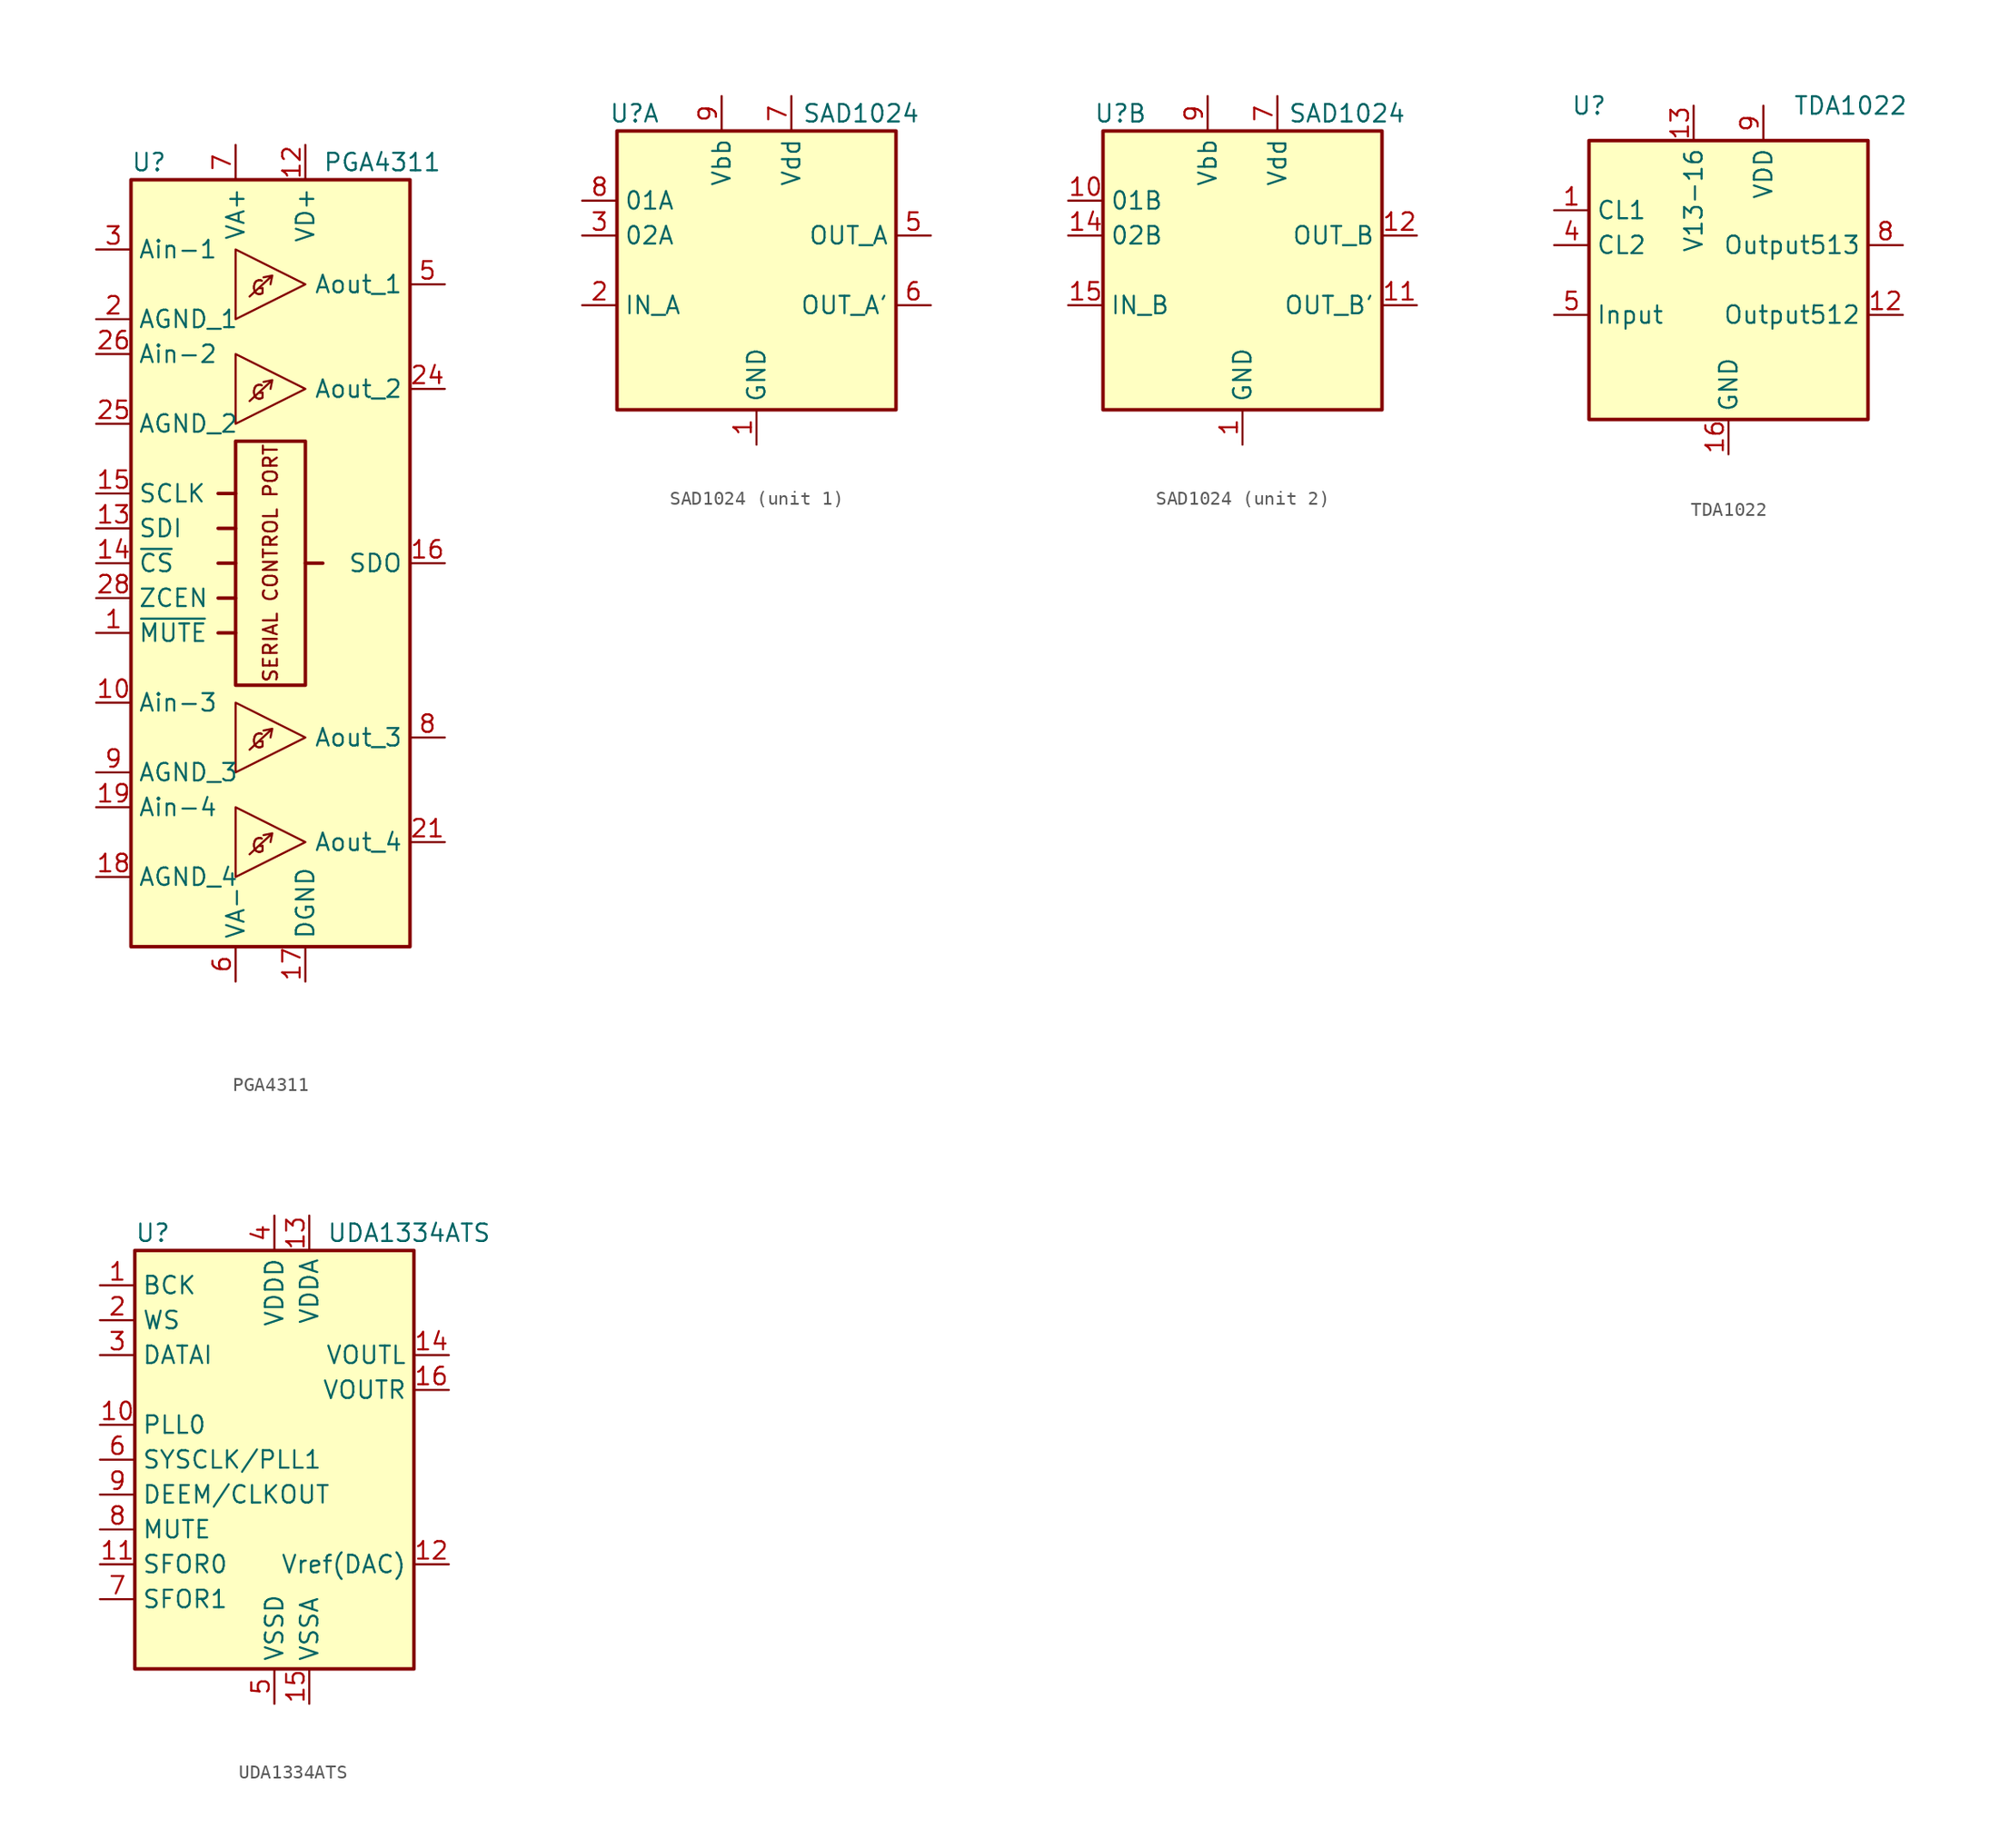
<source format=kicad_sym>
(kicad_symbol_lib
  (version 20201005)
  (generator kicad_symbol_editor)
  (symbol "PGA4311"
    (property "Reference" "U"
      (at -10.16 29.21 0)
      (effects (font (size 1.27 1.27)) (justify left)))
    (property "Value" "PGA4311"
      (at 3.81 29.21 0)
      (effects (font (size 1.27 1.27)) (justify left)))
    (symbol "PGA4311_0_0"
      (text "G" (at -0.889 -20.574 0) (effects (font (size 1.016 1.016))))
      (text "G" (at -0.889 -12.954 0) (effects (font (size 1.016 1.016))))
      (text "G" (at -0.889 12.446 0) (effects (font (size 1.016 1.016))))
      (text "G" (at -0.889 20.066 0) (effects (font (size 1.016 1.016))))
      (text "SERIAL CONTROL PORT" (at 0 0 900) (effects (font (size 1.016 1.016))))
      (rectangle (start -2.54 8.89) (end 2.54 -8.89) (stroke (width 0.254)) (fill (type none)))
      (polyline (pts (xy -3.81 -5.08) (xy -2.54 -5.08)) (stroke (width 0.254)) (fill (type none)))
      (polyline (pts (xy -3.81 0) (xy -2.54 0)) (stroke (width 0.254)) (fill (type none)))
      (polyline (pts (xy -3.81 2.54) (xy -2.54 2.54)) (stroke (width 0.254)) (fill (type none)))
      (polyline (pts (xy -3.81 5.08) (xy -2.54 5.08)) (stroke (width 0.254)) (fill (type none)))
      (polyline (pts (xy -2.54 -2.54) (xy -3.81 -2.54)) (stroke (width 0.254)) (fill (type none)))
      (polyline (pts (xy 0.127 -19.685) (xy 0 -20.32)) (stroke (width 0)) (fill (type none)))
      (polyline (pts (xy 0.127 -12.065) (xy 0 -12.7)) (stroke (width 0)) (fill (type none)))
      (polyline (pts (xy 0.127 13.335) (xy 0 12.7)) (stroke (width 0)) (fill (type none)))
      (polyline (pts (xy 0.127 20.955) (xy 0 20.32)) (stroke (width 0)) (fill (type none)))
      (polyline (pts (xy 2.54 0) (xy 3.81 0)) (stroke (width 0.254)) (fill (type none)))
      (polyline (pts (xy -1.524 -21.209) (xy 0.127 -19.685) (xy -0.508 -19.812)) (stroke (width 0)) (fill (type none)))
      (polyline (pts (xy -1.524 -13.589) (xy 0.127 -12.065) (xy -0.508 -12.192)) (stroke (width 0)) (fill (type none)))
      (polyline (pts (xy -1.524 11.811) (xy 0.127 13.335) (xy -0.508 13.208)) (stroke (width 0)) (fill (type none)))
      (polyline (pts (xy -1.524 19.431) (xy 0.127 20.955) (xy -0.508 20.828)) (stroke (width 0)) (fill (type none)))
      (pin input line (at -12.7 -5.08 0) (length 2.54) (name "~MUTE" (effects (font (size 1.27 1.27)))) (number "1" (effects (font (size 1.27 1.27))))))
    (symbol "PGA4311_0_1"
      (rectangle (start -10.16 27.94) (end 10.16 -27.94) (stroke (width 0.254)) (fill (type background)))
      (polyline (pts (xy -2.54 -17.78) (xy 2.54 -20.32) (xy -2.54 -22.86) (xy -2.54 -17.78)) (stroke (width 0)) (fill (type none)))
      (polyline (pts (xy -2.54 -10.16) (xy 2.54 -12.7) (xy -2.54 -15.24) (xy -2.54 -10.16)) (stroke (width 0)) (fill (type none)))
      (polyline (pts (xy -2.54 15.24) (xy 2.54 12.7) (xy -2.54 10.16) (xy -2.54 15.24)) (stroke (width 0)) (fill (type none)))
      (polyline (pts (xy -2.54 22.86) (xy 2.54 20.32) (xy -2.54 17.78) (xy -2.54 22.86)) (stroke (width 0)) (fill (type none))))
    (symbol "PGA4311_1_1"
      (pin input line (at -12.7 -10.16 0) (length 2.54) (name "Ain-3" (effects (font (size 1.27 1.27)))) (number "10" (effects (font (size 1.27 1.27)))))
      (pin passive line (at -12.7 -15.24 0) (length 2.54) hide (name "AGND_3" (effects (font (size 1.27 1.27)))) (number "11" (effects (font (size 1.27 1.27)))))
      (pin power_in line (at 2.54 30.48 270) (length 2.54) (name "VD+" (effects (font (size 1.27 1.27)))) (number "12" (effects (font (size 1.27 1.27)))))
      (pin input line (at -12.7 2.54 0) (length 2.54) (name "SDI" (effects (font (size 1.27 1.27)))) (number "13" (effects (font (size 1.27 1.27)))))
      (pin input line (at -12.7 0 0) (length 2.54) (name "~CS" (effects (font (size 1.27 1.27)))) (number "14" (effects (font (size 1.27 1.27)))))
      (pin input line (at -12.7 5.08 0) (length 2.54) (name "SCLK" (effects (font (size 1.27 1.27)))) (number "15" (effects (font (size 1.27 1.27)))))
      (pin output line (at 12.7 0 180) (length 2.54) (name "SDO" (effects (font (size 1.27 1.27)))) (number "16" (effects (font (size 1.27 1.27)))))
      (pin power_in line (at 2.54 -30.48 90) (length 2.54) (name "DGND" (effects (font (size 1.27 1.27)))) (number "17" (effects (font (size 1.27 1.27)))))
      (pin power_in line (at -12.7 -22.86 0) (length 2.54) (name "AGND_4" (effects (font (size 1.27 1.27)))) (number "18" (effects (font (size 1.27 1.27)))))
      (pin input line (at -12.7 -17.78 0) (length 2.54) (name "Ain-4" (effects (font (size 1.27 1.27)))) (number "19" (effects (font (size 1.27 1.27)))))
      (pin power_in line (at -12.7 17.78 0) (length 2.54) (name "AGND_1" (effects (font (size 1.27 1.27)))) (number "2" (effects (font (size 1.27 1.27)))))
      (pin passive line (at -12.7 -22.86 0) (length 2.54) hide (name "AGND_4" (effects (font (size 1.27 1.27)))) (number "20" (effects (font (size 1.27 1.27)))))
      (pin output line (at 12.7 -20.32 180) (length 2.54) (name "Aout_4" (effects (font (size 1.27 1.27)))) (number "21" (effects (font (size 1.27 1.27)))))
      (pin passive line (at -2.54 30.48 270) (length 2.54) hide (name "VA+" (effects (font (size 1.27 1.27)))) (number "22" (effects (font (size 1.27 1.27)))))
      (pin passive line (at -2.54 -30.48 90) (length 2.54) hide (name "VA-" (effects (font (size 1.27 1.27)))) (number "23" (effects (font (size 1.27 1.27)))))
      (pin output line (at 12.7 12.7 180) (length 2.54) (name "Aout_2" (effects (font (size 1.27 1.27)))) (number "24" (effects (font (size 1.27 1.27)))))
      (pin power_in line (at -12.7 10.16 0) (length 2.54) (name "AGND_2" (effects (font (size 1.27 1.27)))) (number "25" (effects (font (size 1.27 1.27)))))
      (pin input line (at -12.7 15.24 0) (length 2.54) (name "Ain-2" (effects (font (size 1.27 1.27)))) (number "26" (effects (font (size 1.27 1.27)))))
      (pin passive line (at -12.7 10.16 0) (length 2.54) hide (name "AGND_2" (effects (font (size 1.27 1.27)))) (number "27" (effects (font (size 1.27 1.27)))))
      (pin input line (at -12.7 -2.54 0) (length 2.54) (name "ZCEN" (effects (font (size 1.27 1.27)))) (number "28" (effects (font (size 1.27 1.27)))))
      (pin input line (at -12.7 22.86 0) (length 2.54) (name "Ain-1" (effects (font (size 1.27 1.27)))) (number "3" (effects (font (size 1.27 1.27)))))
      (pin passive line (at -12.7 17.78 0) (length 2.54) hide (name "AGND_1" (effects (font (size 1.27 1.27)))) (number "4" (effects (font (size 1.27 1.27)))))
      (pin output line (at 12.7 20.32 180) (length 2.54) (name "Aout_1" (effects (font (size 1.27 1.27)))) (number "5" (effects (font (size 1.27 1.27)))))
      (pin power_in line (at -2.54 -30.48 90) (length 2.54) (name "VA-" (effects (font (size 1.27 1.27)))) (number "6" (effects (font (size 1.27 1.27)))))
      (pin power_in line (at -2.54 30.48 270) (length 2.54) (name "VA+" (effects (font (size 1.27 1.27)))) (number "7" (effects (font (size 1.27 1.27)))))
      (pin output line (at 12.7 -12.7 180) (length 2.54) (name "Aout_3" (effects (font (size 1.27 1.27)))) (number "8" (effects (font (size 1.27 1.27)))))
      (pin power_in line (at -12.7 -15.24 0) (length 2.54) (name "AGND_3" (effects (font (size 1.27 1.27)))) (number "9" (effects (font (size 1.27 1.27)))))))
  (symbol "SAD1024"
    (property "Reference" "U"
      (at -8.89 11.43 0)
      (effects (font (size 1.27 1.27))))
    (property "Value" "SAD1024"
      (at 7.62 11.43 0)
      (effects (font (size 1.27 1.27))))
    (symbol "SAD1024_0_1"
      (rectangle (start -10.16 10.16) (end 10.16 -10.16) (stroke (width 0.254)) (fill (type background)))
      (pin power_in line (at 0 -12.7 90) (length 2.54) (name "GND" (effects (font (size 1.27 1.27)))) (number "1" (effects (font (size 1.27 1.27)))))
      (pin no_connect line (at -5.08 -10.16 90) (length 2.54) hide (name "NC" (effects (font (size 1.27 1.27)))) (number "13" (effects (font (size 1.27 1.27)))))
      (pin no_connect line (at -2.54 -10.16 90) (length 2.54) hide (name "NC" (effects (font (size 1.27 1.27)))) (number "16" (effects (font (size 1.27 1.27)))))
      (pin no_connect line (at -7.62 -10.16 90) (length 2.54) hide (name "NC" (effects (font (size 1.27 1.27)))) (number "4" (effects (font (size 1.27 1.27)))))
      (pin power_in line (at 2.54 12.7 270) (length 2.54) (name "Vdd" (effects (font (size 1.27 1.27)))) (number "7" (effects (font (size 1.27 1.27)))))
      (pin power_in line (at -2.54 12.7 270) (length 2.54) (name "Vbb" (effects (font (size 1.27 1.27)))) (number "9" (effects (font (size 1.27 1.27))))))
    (symbol "SAD1024_1_1"
      (pin input line (at -12.7 -2.54 0) (length 2.54) (name "IN_A" (effects (font (size 1.27 1.27)))) (number "2" (effects (font (size 1.27 1.27)))))
      (pin input line (at -12.7 2.54 0) (length 2.54) (name "02A" (effects (font (size 1.27 1.27)))) (number "3" (effects (font (size 1.27 1.27)))))
      (pin output line (at 12.7 2.54 180) (length 2.54) (name "OUT_A" (effects (font (size 1.27 1.27)))) (number "5" (effects (font (size 1.27 1.27)))))
      (pin output line (at 12.7 -2.54 180) (length 2.54) (name "OUT_A'" (effects (font (size 1.27 1.27)))) (number "6" (effects (font (size 1.27 1.27)))))
      (pin input line (at -12.7 5.08 0) (length 2.54) (name "01A" (effects (font (size 1.27 1.27)))) (number "8" (effects (font (size 1.27 1.27))))))
    (symbol "SAD1024_2_1"
      (pin input line (at -12.7 5.08 0) (length 2.54) (name "01B" (effects (font (size 1.27 1.27)))) (number "10" (effects (font (size 1.27 1.27)))))
      (pin output line (at 12.7 -2.54 180) (length 2.54) (name "OUT_B'" (effects (font (size 1.27 1.27)))) (number "11" (effects (font (size 1.27 1.27)))))
      (pin output line (at 12.7 2.54 180) (length 2.54) (name "OUT_B" (effects (font (size 1.27 1.27)))) (number "12" (effects (font (size 1.27 1.27)))))
      (pin input line (at -12.7 2.54 0) (length 2.54) (name "02B" (effects (font (size 1.27 1.27)))) (number "14" (effects (font (size 1.27 1.27)))))
      (pin input line (at -12.7 -2.54 0) (length 2.54) (name "IN_B" (effects (font (size 1.27 1.27)))) (number "15" (effects (font (size 1.27 1.27)))))))
  (symbol "TDA1022"
    (property "Reference" "U"
      (at -10.16 12.7 0)
      (effects (font (size 1.27 1.27))))
    (property "Value" "TDA1022"
      (at 8.89 12.7 0)
      (effects (font (size 1.27 1.27))))
    (symbol "TDA1022_0_1"
      (rectangle (start -10.16 10.16) (end 10.16 -10.16) (stroke (width 0.254)) (fill (type background))))
    (symbol "TDA1022_1_1"
      (pin input line (at -12.7 5.08 0) (length 2.54) (name "CL1" (effects (font (size 1.27 1.27)))) (number "1" (effects (font (size 1.27 1.27)))))
      (pin no_connect line (at 2.54 -12.7 90) (length 2.54) hide (name "NC" (effects (font (size 1.27 1.27)))) (number "10" (effects (font (size 1.27 1.27)))))
      (pin no_connect line (at 5.08 -12.7 90) (length 2.54) hide (name "NC" (effects (font (size 1.27 1.27)))) (number "11" (effects (font (size 1.27 1.27)))))
      (pin output line (at 12.7 -2.54 180) (length 2.54) (name "Output512" (effects (font (size 1.27 1.27)))) (number "12" (effects (font (size 1.27 1.27)))))
      (pin power_in line (at -2.54 12.7 270) (length 2.54) (name "V13-16" (effects (font (size 1.27 1.27)))) (number "13" (effects (font (size 1.27 1.27)))))
      (pin no_connect line (at 12.7 -5.08 180) (length 2.54) hide (name "NC" (effects (font (size 1.27 1.27)))) (number "14" (effects (font (size 1.27 1.27)))))
      (pin no_connect line (at 12.7 -7.62 180) (length 2.54) hide (name "NC" (effects (font (size 1.27 1.27)))) (number "15" (effects (font (size 1.27 1.27)))))
      (pin power_in line (at 0 -12.7 90) (length 2.54) (name "GND" (effects (font (size 1.27 1.27)))) (number "16" (effects (font (size 1.27 1.27)))))
      (pin no_connect line (at -12.7 -5.08 0) (length 2.54) hide (name "NC" (effects (font (size 1.27 1.27)))) (number "2" (effects (font (size 1.27 1.27)))))
      (pin no_connect line (at -12.7 -7.62 0) (length 2.54) hide (name "NC" (effects (font (size 1.27 1.27)))) (number "3" (effects (font (size 1.27 1.27)))))
      (pin input line (at -12.7 2.54 0) (length 2.54) (name "CL2" (effects (font (size 1.27 1.27)))) (number "4" (effects (font (size 1.27 1.27)))))
      (pin input line (at -12.7 -2.54 0) (length 2.54) (name "Input" (effects (font (size 1.27 1.27)))) (number "5" (effects (font (size 1.27 1.27)))))
      (pin no_connect line (at -5.08 -12.7 90) (length 2.54) hide (name "NC" (effects (font (size 1.27 1.27)))) (number "6" (effects (font (size 1.27 1.27)))))
      (pin no_connect line (at -2.54 -12.7 90) (length 2.54) hide (name "NC" (effects (font (size 1.27 1.27)))) (number "7" (effects (font (size 1.27 1.27)))))
      (pin output line (at 12.7 2.54 180) (length 2.54) (name "Output513" (effects (font (size 1.27 1.27)))) (number "8" (effects (font (size 1.27 1.27)))))
      (pin power_in line (at 2.54 12.7 270) (length 2.54) (name "VDD" (effects (font (size 1.27 1.27)))) (number "9" (effects (font (size 1.27 1.27)))))))
  (symbol "UDA1334ATS"
    (property "Reference" "U"
      (at -10.16 16.51 0)
      (effects (font (size 1.27 1.27)) (justify left)))
    (property "Value" "UDA1334ATS"
      (at 3.81 16.51 0)
      (effects (font (size 1.27 1.27)) (justify left)))
    (symbol "UDA1334ATS_0_1"
      (rectangle (start -10.16 15.24) (end 10.16 -15.24) (stroke (width 0.254)) (fill (type background))))
    (symbol "UDA1334ATS_1_1"
      (pin input line (at -12.7 12.7 0) (length 2.54) (name "BCK" (effects (font (size 1.27 1.27)))) (number "1" (effects (font (size 1.27 1.27)))))
      (pin input line (at -12.7 2.54 0) (length 2.54) (name "PLL0" (effects (font (size 1.27 1.27)))) (number "10" (effects (font (size 1.27 1.27)))))
      (pin input line (at -12.7 -7.62 0) (length 2.54) (name "SFOR0" (effects (font (size 1.27 1.27)))) (number "11" (effects (font (size 1.27 1.27)))))
      (pin passive line (at 12.7 -7.62 180) (length 2.54) (name "Vref(DAC)" (effects (font (size 1.27 1.27)))) (number "12" (effects (font (size 1.27 1.27)))))
      (pin power_in line (at 2.54 17.78 270) (length 2.54) (name "VDDA" (effects (font (size 1.27 1.27)))) (number "13" (effects (font (size 1.27 1.27)))))
      (pin output line (at 12.7 7.62 180) (length 2.54) (name "VOUTL" (effects (font (size 1.27 1.27)))) (number "14" (effects (font (size 1.27 1.27)))))
      (pin power_in line (at 2.54 -17.78 90) (length 2.54) (name "VSSA" (effects (font (size 1.27 1.27)))) (number "15" (effects (font (size 1.27 1.27)))))
      (pin output line (at 12.7 5.08 180) (length 2.54) (name "VOUTR" (effects (font (size 1.27 1.27)))) (number "16" (effects (font (size 1.27 1.27)))))
      (pin input line (at -12.7 10.16 0) (length 2.54) (name "WS" (effects (font (size 1.27 1.27)))) (number "2" (effects (font (size 1.27 1.27)))))
      (pin input line (at -12.7 7.62 0) (length 2.54) (name "DATAI" (effects (font (size 1.27 1.27)))) (number "3" (effects (font (size 1.27 1.27)))))
      (pin power_in line (at 0 17.78 270) (length 2.54) (name "VDDD" (effects (font (size 1.27 1.27)))) (number "4" (effects (font (size 1.27 1.27)))))
      (pin power_in line (at 0 -17.78 90) (length 2.54) (name "VSSD" (effects (font (size 1.27 1.27)))) (number "5" (effects (font (size 1.27 1.27)))))
      (pin input line (at -12.7 0 0) (length 2.54) (name "SYSCLK/PLL1" (effects (font (size 1.27 1.27)))) (number "6" (effects (font (size 1.27 1.27)))))
      (pin input line (at -12.7 -10.16 0) (length 2.54) (name "SFOR1" (effects (font (size 1.27 1.27)))) (number "7" (effects (font (size 1.27 1.27)))))
      (pin input line (at -12.7 -5.08 0) (length 2.54) (name "MUTE" (effects (font (size 1.27 1.27)))) (number "8" (effects (font (size 1.27 1.27)))))
      (pin bidirectional line (at -12.7 -2.54 0) (length 2.54) (name "DEEM/CLKOUT" (effects (font (size 1.27 1.27)))) (number "9" (effects (font (size 1.27 1.27))))))))
</source>
